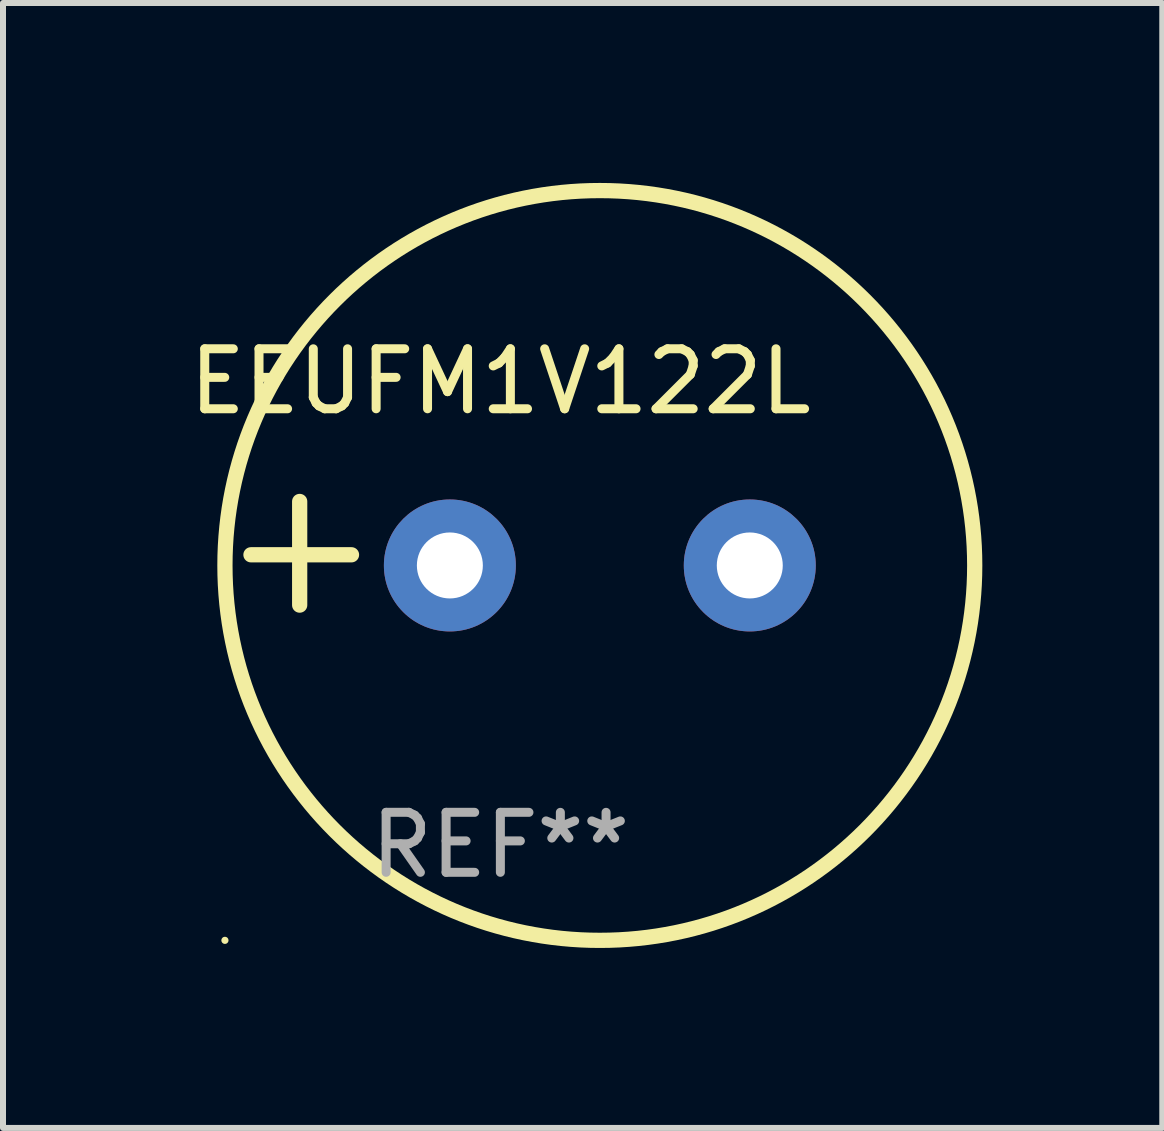
<source format=kicad_pcb>
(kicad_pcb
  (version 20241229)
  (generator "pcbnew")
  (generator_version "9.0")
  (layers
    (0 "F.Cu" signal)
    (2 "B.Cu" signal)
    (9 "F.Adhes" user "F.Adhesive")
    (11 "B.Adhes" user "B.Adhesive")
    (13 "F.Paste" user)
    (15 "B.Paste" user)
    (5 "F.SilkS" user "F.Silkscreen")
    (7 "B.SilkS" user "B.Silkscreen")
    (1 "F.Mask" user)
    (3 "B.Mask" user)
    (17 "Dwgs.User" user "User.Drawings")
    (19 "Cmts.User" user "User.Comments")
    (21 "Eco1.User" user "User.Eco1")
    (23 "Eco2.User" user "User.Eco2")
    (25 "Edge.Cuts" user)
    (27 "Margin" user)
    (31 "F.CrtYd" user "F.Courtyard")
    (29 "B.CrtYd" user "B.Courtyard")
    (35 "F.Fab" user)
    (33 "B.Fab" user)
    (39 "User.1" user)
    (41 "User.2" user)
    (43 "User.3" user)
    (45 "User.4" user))
  (footprint "EEUFM1V122L"
    (layer "F.Cu")
    (at 5.292 6.174)
    (property "Reference" "EEUFM1V122L" (at 0 -2.864 0) (layer "F.SilkS") (effects (font (size 1 1) (thickness 0.15))))
    (attr through_hole)
    (fp_line (start -3.346 0.864) (end -3.346 -0.864) (stroke (width 0.254) (type solid)) (layer "F.SilkS"))
    (fp_line (start -2.482 0.025) (end -4.158 0.025) (stroke (width 0.254) (type solid)) (layer "F.SilkS"))
    (fp_circle (center -4.592 6.453) (end -4.562 6.453) (stroke (width 0.06) (type solid)) (fill no) (layer "F.SilkS"))
    (fp_circle (center 1.658 0.203) (end 7.908 0.203) (stroke (width 0.254) (type solid)) (fill no) (layer "F.SilkS"))
    (fp_text user "REF**" (at 0 4.864 0) (layer "F.Fab") (effects (font (size 1 1) (thickness 0.15))))
    (pad "1" thru_hole circle (at -0.842 0.203) (size 2.2 2.2) (drill 1.1) (layers "*.Cu" "*.Mask"))
    (pad "2" thru_hole circle (at 4.158 0.203) (size 2.2 2.2) (drill 1.1) (layers "*.Cu" "*.Mask")))
  (gr_rect
    (start -3 -3)
    (end 16.327 15.754)
    (stroke (width 0.1) (type default))
    (fill no)
    (layer "Edge.Cuts")))
</source>
